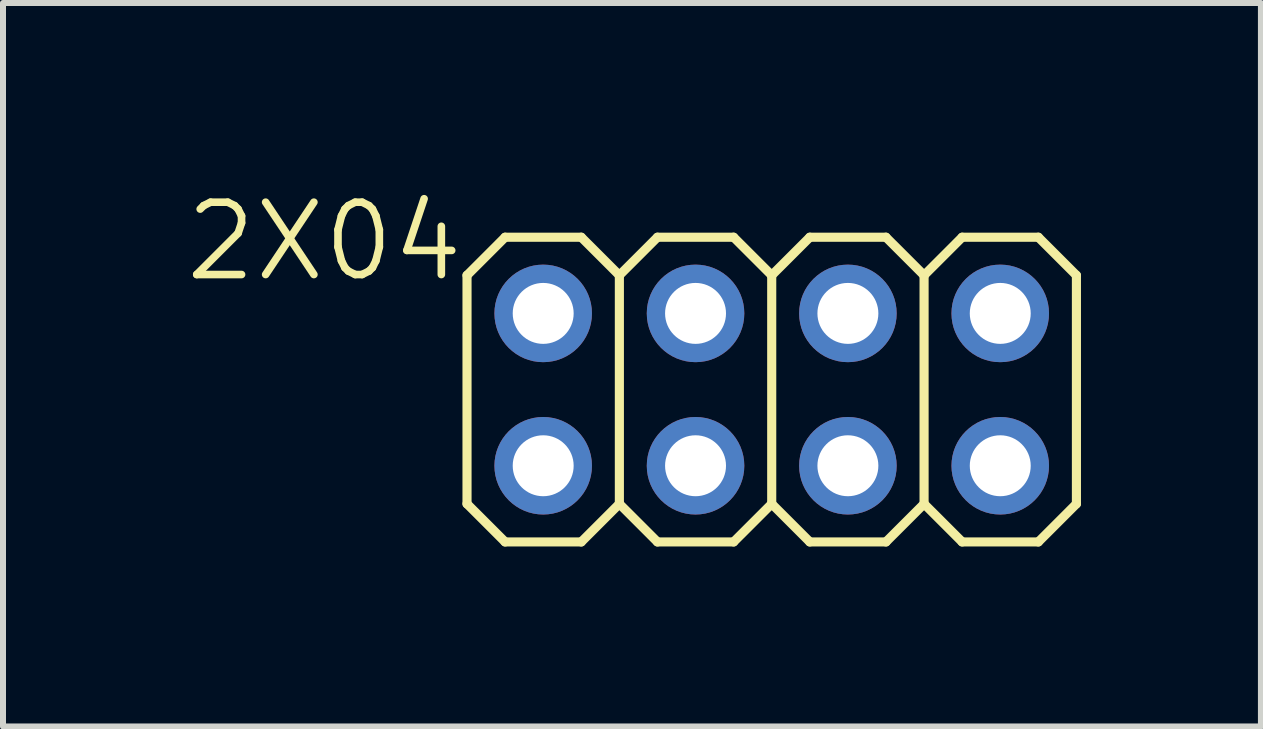
<source format=kicad_pcb>
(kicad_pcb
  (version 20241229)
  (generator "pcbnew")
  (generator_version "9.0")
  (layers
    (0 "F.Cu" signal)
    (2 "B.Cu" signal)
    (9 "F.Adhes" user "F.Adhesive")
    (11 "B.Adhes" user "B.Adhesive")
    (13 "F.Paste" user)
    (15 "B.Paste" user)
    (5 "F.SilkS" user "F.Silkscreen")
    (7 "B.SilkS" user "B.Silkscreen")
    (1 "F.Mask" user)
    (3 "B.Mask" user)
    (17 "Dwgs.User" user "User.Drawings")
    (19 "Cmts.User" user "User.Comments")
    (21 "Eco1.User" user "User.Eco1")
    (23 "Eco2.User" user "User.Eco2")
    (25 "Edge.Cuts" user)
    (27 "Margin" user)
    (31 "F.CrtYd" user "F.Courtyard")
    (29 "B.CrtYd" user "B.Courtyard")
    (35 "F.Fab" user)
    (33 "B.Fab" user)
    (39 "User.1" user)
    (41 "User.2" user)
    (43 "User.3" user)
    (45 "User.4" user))
  (footprint "2X04"
    (layer "F.Cu")
    (at 9.816 3.445)
    (property "Reference" "2X04" (at -5.08 -3.175 0) (layer "F.SilkS") (effects (font (size 1.206 1.206) (thickness 0.127)) (justify right top)))
    (attr through_hole)
    (fp_line (start -5.08 -1.905) (end -4.445 -2.54) (stroke (width 0.152) (type solid)) (layer "F.SilkS"))
    (fp_line (start -5.08 1.905) (end -5.08 -1.905) (stroke (width 0.152) (type solid)) (layer "F.SilkS"))
    (fp_line (start -5.08 1.905) (end -4.445 2.54) (stroke (width 0.152) (type solid)) (layer "F.SilkS"))
    (fp_line (start -4.445 -2.54) (end -3.175 -2.54) (stroke (width 0.152) (type solid)) (layer "F.SilkS"))
    (fp_line (start -4.445 2.54) (end -3.175 2.54) (stroke (width 0.152) (type solid)) (layer "F.SilkS"))
    (fp_line (start -3.175 -2.54) (end -2.54 -1.905) (stroke (width 0.152) (type solid)) (layer "F.SilkS"))
    (fp_line (start -3.175 2.54) (end -2.54 1.905) (stroke (width 0.152) (type solid)) (layer "F.SilkS"))
    (fp_line (start -2.54 -1.905) (end -2.54 1.905) (stroke (width 0.152) (type solid)) (layer "F.SilkS"))
    (fp_line (start -2.54 -1.905) (end -1.905 -2.54) (stroke (width 0.152) (type solid)) (layer "F.SilkS"))
    (fp_line (start -2.54 1.905) (end -1.905 2.54) (stroke (width 0.152) (type solid)) (layer "F.SilkS"))
    (fp_line (start -1.905 -2.54) (end -0.635 -2.54) (stroke (width 0.152) (type solid)) (layer "F.SilkS"))
    (fp_line (start -1.905 2.54) (end -0.635 2.54) (stroke (width 0.152) (type solid)) (layer "F.SilkS"))
    (fp_line (start -0.635 -2.54) (end 0 -1.905) (stroke (width 0.152) (type solid)) (layer "F.SilkS"))
    (fp_line (start -0.635 2.54) (end 0 1.905) (stroke (width 0.152) (type solid)) (layer "F.SilkS"))
    (fp_line (start 0 -1.905) (end 0 1.905) (stroke (width 0.152) (type solid)) (layer "F.SilkS"))
    (fp_line (start 0 -1.905) (end 0.635 -2.54) (stroke (width 0.152) (type solid)) (layer "F.SilkS"))
    (fp_line (start 0 1.905) (end 0.635 2.54) (stroke (width 0.152) (type solid)) (layer "F.SilkS"))
    (fp_line (start 0.635 -2.54) (end 1.905 -2.54) (stroke (width 0.152) (type solid)) (layer "F.SilkS"))
    (fp_line (start 0.635 2.54) (end 1.905 2.54) (stroke (width 0.152) (type solid)) (layer "F.SilkS"))
    (fp_line (start 1.905 -2.54) (end 2.54 -1.905) (stroke (width 0.152) (type solid)) (layer "F.SilkS"))
    (fp_line (start 1.905 2.54) (end 2.54 1.905) (stroke (width 0.152) (type solid)) (layer "F.SilkS"))
    (fp_line (start 2.54 -1.905) (end 2.54 1.905) (stroke (width 0.152) (type solid)) (layer "F.SilkS"))
    (fp_line (start 2.54 -1.905) (end 3.175 -2.54) (stroke (width 0.152) (type solid)) (layer "F.SilkS"))
    (fp_line (start 2.54 1.905) (end 3.175 2.54) (stroke (width 0.152) (type solid)) (layer "F.SilkS"))
    (fp_line (start 3.175 -2.54) (end 4.445 -2.54) (stroke (width 0.152) (type solid)) (layer "F.SilkS"))
    (fp_line (start 3.175 2.54) (end 4.445 2.54) (stroke (width 0.152) (type solid)) (layer "F.SilkS"))
    (fp_line (start 4.445 -2.54) (end 5.08 -1.905) (stroke (width 0.152) (type solid)) (layer "F.SilkS"))
    (fp_line (start 4.445 2.54) (end 5.08 1.905) (stroke (width 0.152) (type solid)) (layer "F.SilkS"))
    (fp_line (start 5.08 -1.905) (end 5.08 1.905) (stroke (width 0.152) (type solid)) (layer "F.SilkS"))
    (fp_poly (pts (xy -4.064 -1.016) (xy -3.556 -1.016) (xy -3.556 -1.524) (xy -4.064 -1.524)) (stroke (width 0.1) (type solid)) (fill no) (layer "F.Fab"))
    (fp_poly (pts (xy -4.064 1.524) (xy -3.556 1.524) (xy -3.556 1.016) (xy -4.064 1.016)) (stroke (width 0.1) (type solid)) (fill no) (layer "F.Fab"))
    (fp_poly (pts (xy -1.524 -1.016) (xy -1.016 -1.016) (xy -1.016 -1.524) (xy -1.524 -1.524)) (stroke (width 0.1) (type solid)) (fill no) (layer "F.Fab"))
    (fp_poly (pts (xy -1.524 1.524) (xy -1.016 1.524) (xy -1.016 1.016) (xy -1.524 1.016)) (stroke (width 0.1) (type solid)) (fill no) (layer "F.Fab"))
    (fp_poly (pts (xy 1.016 -1.016) (xy 1.524 -1.016) (xy 1.524 -1.524) (xy 1.016 -1.524)) (stroke (width 0.1) (type solid)) (fill no) (layer "F.Fab"))
    (fp_poly (pts (xy 1.016 1.524) (xy 1.524 1.524) (xy 1.524 1.016) (xy 1.016 1.016)) (stroke (width 0.1) (type solid)) (fill no) (layer "F.Fab"))
    (fp_poly (pts (xy 3.556 -1.016) (xy 4.064 -1.016) (xy 4.064 -1.524) (xy 3.556 -1.524)) (stroke (width 0.1) (type solid)) (fill no) (layer "F.Fab"))
    (fp_poly (pts (xy 3.556 1.524) (xy 4.064 1.524) (xy 4.064 1.016) (xy 3.556 1.016)) (stroke (width 0.1) (type solid)) (fill no) (layer "F.Fab"))
    (pad "1" thru_hole circle (at -3.81 1.27) (size 1.626 1.626) (drill 1.016) (layers "*.Cu" "*.Mask"))
    (pad "2" thru_hole circle (at -3.81 -1.27) (size 1.626 1.626) (drill 1.016) (layers "*.Cu" "*.Mask"))
    (pad "3" thru_hole circle (at -1.27 1.27) (size 1.626 1.626) (drill 1.016) (layers "*.Cu" "*.Mask"))
    (pad "4" thru_hole circle (at -1.27 -1.27) (size 1.626 1.626) (drill 1.016) (layers "*.Cu" "*.Mask"))
    (pad "5" thru_hole circle (at 1.27 1.27) (size 1.626 1.626) (drill 1.016) (layers "*.Cu" "*.Mask"))
    (pad "6" thru_hole circle (at 1.27 -1.27) (size 1.626 1.626) (drill 1.016) (layers "*.Cu" "*.Mask"))
    (pad "7" thru_hole circle (at 3.81 1.27) (size 1.626 1.626) (drill 1.016) (layers "*.Cu" "*.Mask"))
    (pad "8" thru_hole circle (at 3.81 -1.27) (size 1.626 1.626) (drill 1.016) (layers "*.Cu" "*.Mask")))
  (gr_rect
    (start -3 -3)
    (end 17.972 9.061)
    (stroke (width 0.1) (type default))
    (fill no)
    (layer "Edge.Cuts")))
</source>
